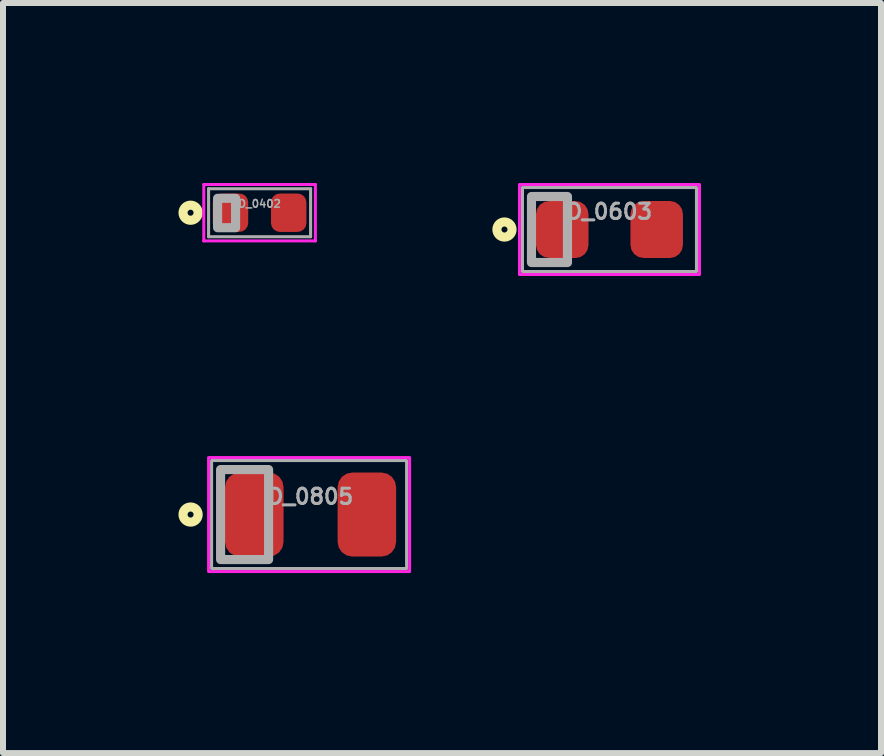
<source format=kicad_pcb>
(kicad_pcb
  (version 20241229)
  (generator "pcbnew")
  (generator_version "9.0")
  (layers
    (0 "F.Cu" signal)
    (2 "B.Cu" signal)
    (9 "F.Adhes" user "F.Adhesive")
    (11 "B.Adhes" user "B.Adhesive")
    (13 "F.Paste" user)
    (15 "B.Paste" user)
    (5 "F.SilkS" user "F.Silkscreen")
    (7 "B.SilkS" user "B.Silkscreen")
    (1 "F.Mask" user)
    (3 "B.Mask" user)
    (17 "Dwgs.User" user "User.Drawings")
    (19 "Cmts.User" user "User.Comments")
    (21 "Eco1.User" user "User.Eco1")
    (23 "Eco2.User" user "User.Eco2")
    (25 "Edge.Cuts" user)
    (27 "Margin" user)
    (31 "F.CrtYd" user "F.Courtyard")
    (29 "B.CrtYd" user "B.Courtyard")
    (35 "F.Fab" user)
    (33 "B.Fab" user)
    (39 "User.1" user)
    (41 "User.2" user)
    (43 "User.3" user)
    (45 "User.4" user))
  (footprint "D_0805"
    (layer "F.Cu")
    (at 2.126 5.525)
    (property "Reference" "D_0805" (at 0 -0.3 0) (layer "F.Fab") (effects (font (size 0.254 0.254) (thickness 0.051))))
    (attr smd)
    (fp_circle (center -2 0) (end -1.95 0) (stroke (width 0.152) (type solid)) (fill no) (layer "F.SilkS"))
    (fp_rect (start -1.7 -0.95) (end 1.65 0.95) (stroke (width 0.05) (type solid)) (fill no) (layer "F.CrtYd"))
    (fp_rect (start -1.65 -0.9) (end 1.6 0.9) (stroke (width 0.051) (type solid)) (fill no) (layer "F.Fab"))
    (fp_rect (start -1.5 0.75) (end -0.7 -0.75) (stroke (width 0.152) (type solid)) (fill no) (layer "F.Fab"))
    (pad "1" smd roundrect (at -0.938 0) (size 0.975 1.4) (layers "F.Cu" "F.Mask" "F.Paste") (roundrect_rratio 0.25))
    (pad "2" smd roundrect (at 0.938 0) (size 0.975 1.4) (layers "F.Cu" "F.Mask" "F.Paste") (roundrect_rratio 0.25)))
  (footprint "D_0402"
    (layer "F.Cu")
    (at 1.276 0.495)
    (property "Reference" "D_0402" (at 0 -0.15 0) (layer "F.Fab") (effects (font (size 0.127 0.127) (thickness 0.025))))
    (attr smd)
    (fp_circle (center -1.15 0) (end -1.1 0) (stroke (width 0.152) (type solid)) (fill no) (layer "F.SilkS"))
    (fp_line (start -0.93 -0.47) (end 0.93 -0.47) (stroke (width 0.05) (type solid)) (layer "F.CrtYd"))
    (fp_line (start -0.93 0.47) (end -0.93 -0.47) (stroke (width 0.05) (type solid)) (layer "F.CrtYd"))
    (fp_line (start 0.93 -0.47) (end 0.93 0.47) (stroke (width 0.05) (type solid)) (layer "F.CrtYd"))
    (fp_line (start 0.93 0.47) (end -0.93 0.47) (stroke (width 0.05) (type solid)) (layer "F.CrtYd"))
    (fp_line (start -0.85 -0.4) (end 0.85 -0.4) (stroke (width 0.051) (type solid)) (layer "F.Fab"))
    (fp_line (start -0.85 0.4) (end -0.85 -0.4) (stroke (width 0.051) (type solid)) (layer "F.Fab"))
    (fp_line (start 0.85 -0.4) (end 0.85 0.4) (stroke (width 0.051) (type solid)) (layer "F.Fab"))
    (fp_line (start 0.85 0.4) (end -0.85 0.4) (stroke (width 0.051) (type solid)) (layer "F.Fab"))
    (fp_rect (start -0.7 0.25) (end -0.4 -0.24) (stroke (width 0.152) (type solid)) (fill no) (layer "F.Fab"))
    (pad "1" smd roundrect (at -0.485 0) (size 0.59 0.64) (layers "F.Cu" "F.Mask" "F.Paste") (roundrect_rratio 0.25))
    (pad "2" smd roundrect (at 0.485 0) (size 0.59 0.64) (layers "F.Cu" "F.Mask" "F.Paste") (roundrect_rratio 0.25)))
  (footprint "D_0603"
    (layer "F.Cu")
    (at 7.107 0.775)
    (property "Reference" "D_0603" (at 0 -0.3 0) (layer "F.Fab") (effects (font (size 0.254 0.254) (thickness 0.051))))
    (attr smd)
    (fp_circle (center -1.75 0) (end -1.7 0) (stroke (width 0.152) (type solid)) (fill no) (layer "F.SilkS"))
    (fp_rect (start -1.5 -0.75) (end 1.5 0.75) (stroke (width 0.05) (type solid)) (fill no) (layer "F.CrtYd"))
    (fp_rect (start -1.45 -0.7) (end 1.45 0.7) (stroke (width 0.051) (type solid)) (fill no) (layer "F.Fab"))
    (fp_rect (start -1.3 0.55) (end -0.7 -0.55) (stroke (width 0.152) (type solid)) (fill no) (layer "F.Fab"))
    (pad "1" smd roundrect (at -0.787 0) (size 0.875 0.95) (layers "F.Cu" "F.Mask" "F.Paste") (roundrect_rratio 0.25))
    (pad "2" smd roundrect (at 0.787 0) (size 0.875 0.95) (layers "F.Cu" "F.Mask" "F.Paste") (roundrect_rratio 0.25)))
  (gr_rect
    (start -3 -3)
    (end 11.632 9.5)
    (stroke (width 0.1) (type default))
    (fill no)
    (layer "Edge.Cuts")))
</source>
